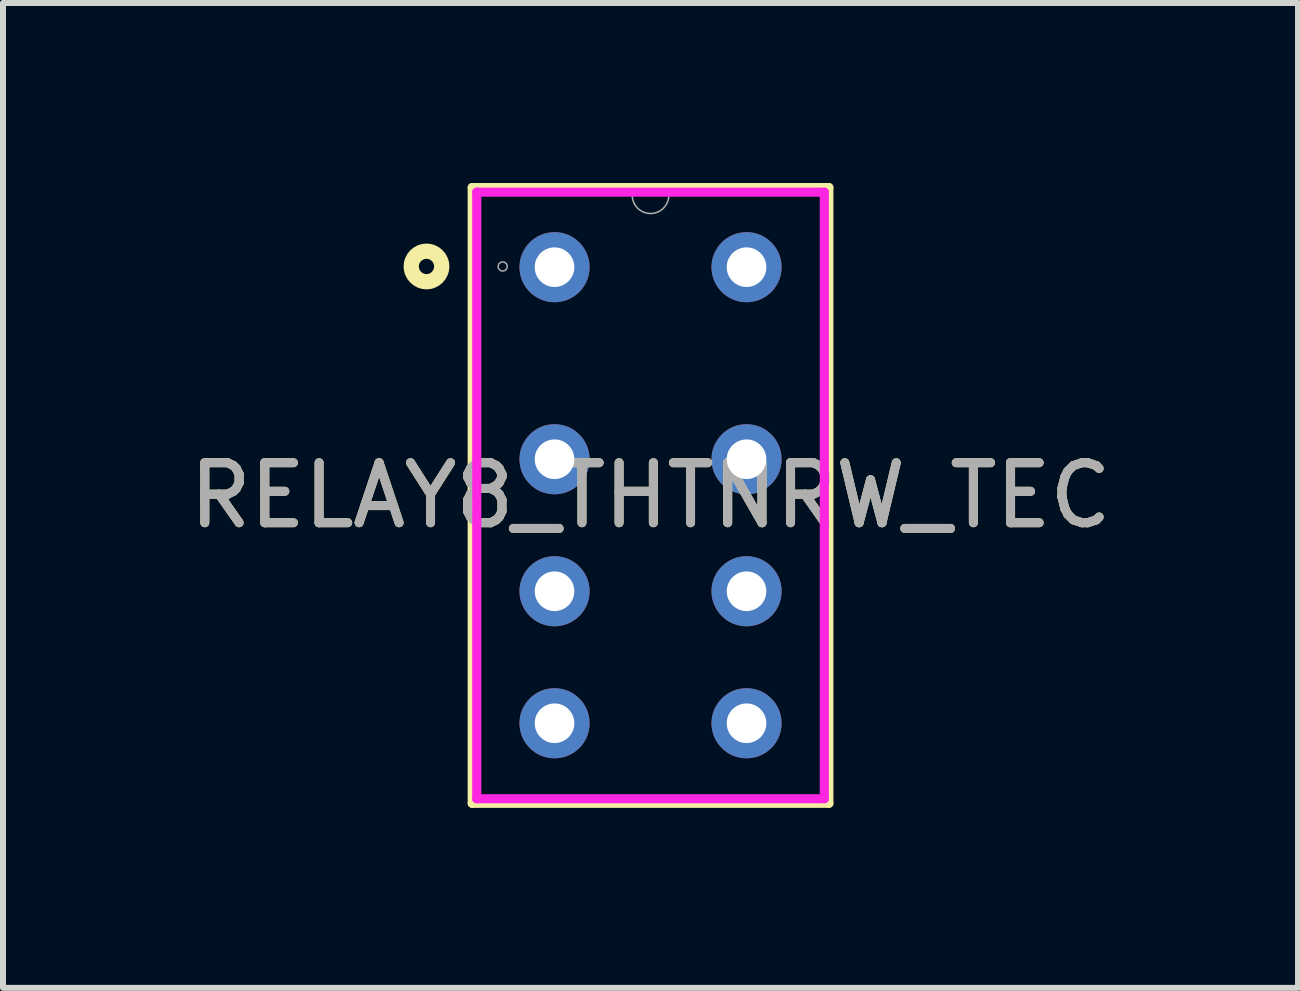
<source format=kicad_pcb>
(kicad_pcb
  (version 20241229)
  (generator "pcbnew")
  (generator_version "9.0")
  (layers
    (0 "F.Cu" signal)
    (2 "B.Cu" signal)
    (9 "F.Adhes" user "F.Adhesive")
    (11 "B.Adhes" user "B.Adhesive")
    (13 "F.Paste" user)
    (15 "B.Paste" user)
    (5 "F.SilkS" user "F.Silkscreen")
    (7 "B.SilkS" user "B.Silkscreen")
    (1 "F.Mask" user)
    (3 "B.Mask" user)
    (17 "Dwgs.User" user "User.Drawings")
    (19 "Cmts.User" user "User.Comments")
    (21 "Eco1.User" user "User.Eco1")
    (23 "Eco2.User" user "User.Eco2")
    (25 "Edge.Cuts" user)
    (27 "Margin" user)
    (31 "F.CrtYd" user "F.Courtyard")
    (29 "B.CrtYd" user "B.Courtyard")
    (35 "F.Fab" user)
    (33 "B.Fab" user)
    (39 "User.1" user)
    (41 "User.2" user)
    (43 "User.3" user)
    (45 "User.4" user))
  (footprint "RELAY8_THTNRW_TEC"
    (layer "F.Cu")
    (at 9.392 9.011)
    (property "Reference" "RELAY8_THTNRW_TEC" (at -1.6 -3.804 0) (unlocked yes) (layer "F.SilkS") (effects (font (size 1 1) (thickness 0.15))))
    (attr through_hole)
    (fp_line (start -4.572 -8.935) (end -4.572 1.327) (stroke (width 0.152) (type solid)) (layer "F.SilkS"))
    (fp_line (start -4.572 1.327) (end 1.372 1.327) (stroke (width 0.152) (type solid)) (layer "F.SilkS"))
    (fp_line (start 1.372 -8.935) (end -4.572 -8.935) (stroke (width 0.152) (type solid)) (layer "F.SilkS"))
    (fp_line (start 1.372 1.327) (end 1.372 -8.935) (stroke (width 0.152) (type solid)) (layer "F.SilkS"))
    (fp_circle (center -5.334 -7.62) (end -5.08 -7.62) (stroke (width 0.254) (type solid)) (fill no) (layer "F.SilkS"))
    (fp_line (start -4.496 -8.858) (end 1.296 -8.858) (stroke (width 0.152) (type solid)) (layer "F.CrtYd"))
    (fp_line (start -4.496 1.251) (end -4.496 -8.858) (stroke (width 0.152) (type solid)) (layer "F.CrtYd"))
    (fp_line (start 1.296 -8.858) (end 1.296 1.251) (stroke (width 0.152) (type solid)) (layer "F.CrtYd"))
    (fp_line (start 1.296 1.251) (end -4.496 1.251) (stroke (width 0.152) (type solid)) (layer "F.CrtYd"))
    (fp_line (start -4.445 -8.808) (end -4.445 1.2) (stroke (width 0.025) (type solid)) (layer "F.Fab"))
    (fp_line (start -4.445 1.2) (end 1.245 1.2) (stroke (width 0.025) (type solid)) (layer "F.Fab"))
    (fp_line (start 1.245 -8.808) (end -4.445 -8.808) (stroke (width 0.025) (type solid)) (layer "F.Fab"))
    (fp_line (start 1.245 1.2) (end 1.245 -8.808) (stroke (width 0.025) (type solid)) (layer "F.Fab"))
    (fp_arc (start -1.295201 -8.8076) (mid -1.600001 -8.5028) (end -1.904801 -8.8076) (stroke (width 0.0254) (type solid)) (layer "F.Fab"))
    (fp_circle (center -4.064 -7.62) (end -3.988 -7.62) (stroke (width 0.025) (type solid)) (fill no) (layer "F.Fab"))
    (fp_text user "${REFERENCE}" (at -1.6 -3.804 0) (unlocked yes) (layer "F.Fab") (effects (font (size 1 1) (thickness 0.15))))
    (pad "1" thru_hole circle (at -3.2 -7.608) (size 1.168 1.168) (drill 0.66) (layers "*.Cu" "*.Mask"))
    (pad "2" thru_hole circle (at -3.2 -4.407) (size 1.168 1.168) (drill 0.66) (layers "*.Cu" "*.Mask"))
    (pad "3" thru_hole circle (at -3.2 -2.207) (size 1.168 1.168) (drill 0.66) (layers "*.Cu" "*.Mask"))
    (pad "4" thru_hole circle (at -3.2 -0.007) (size 1.168 1.168) (drill 0.66) (layers "*.Cu" "*.Mask"))
    (pad "5" thru_hole circle (at 0 -0.007) (size 1.168 1.168) (drill 0.66) (layers "*.Cu" "*.Mask"))
    (pad "6" thru_hole circle (at 0 -2.207) (size 1.168 1.168) (drill 0.66) (layers "*.Cu" "*.Mask"))
    (pad "7" thru_hole circle (at 0 -4.407) (size 1.168 1.168) (drill 0.66) (layers "*.Cu" "*.Mask"))
    (pad "8" thru_hole circle (at 0 -7.608) (size 1.168 1.168) (drill 0.66) (layers "*.Cu" "*.Mask")))
  (gr_rect
    (start -3 -3)
    (end 18.583 13.414)
    (stroke (width 0.1) (type default))
    (fill no)
    (layer "Edge.Cuts")))
</source>
